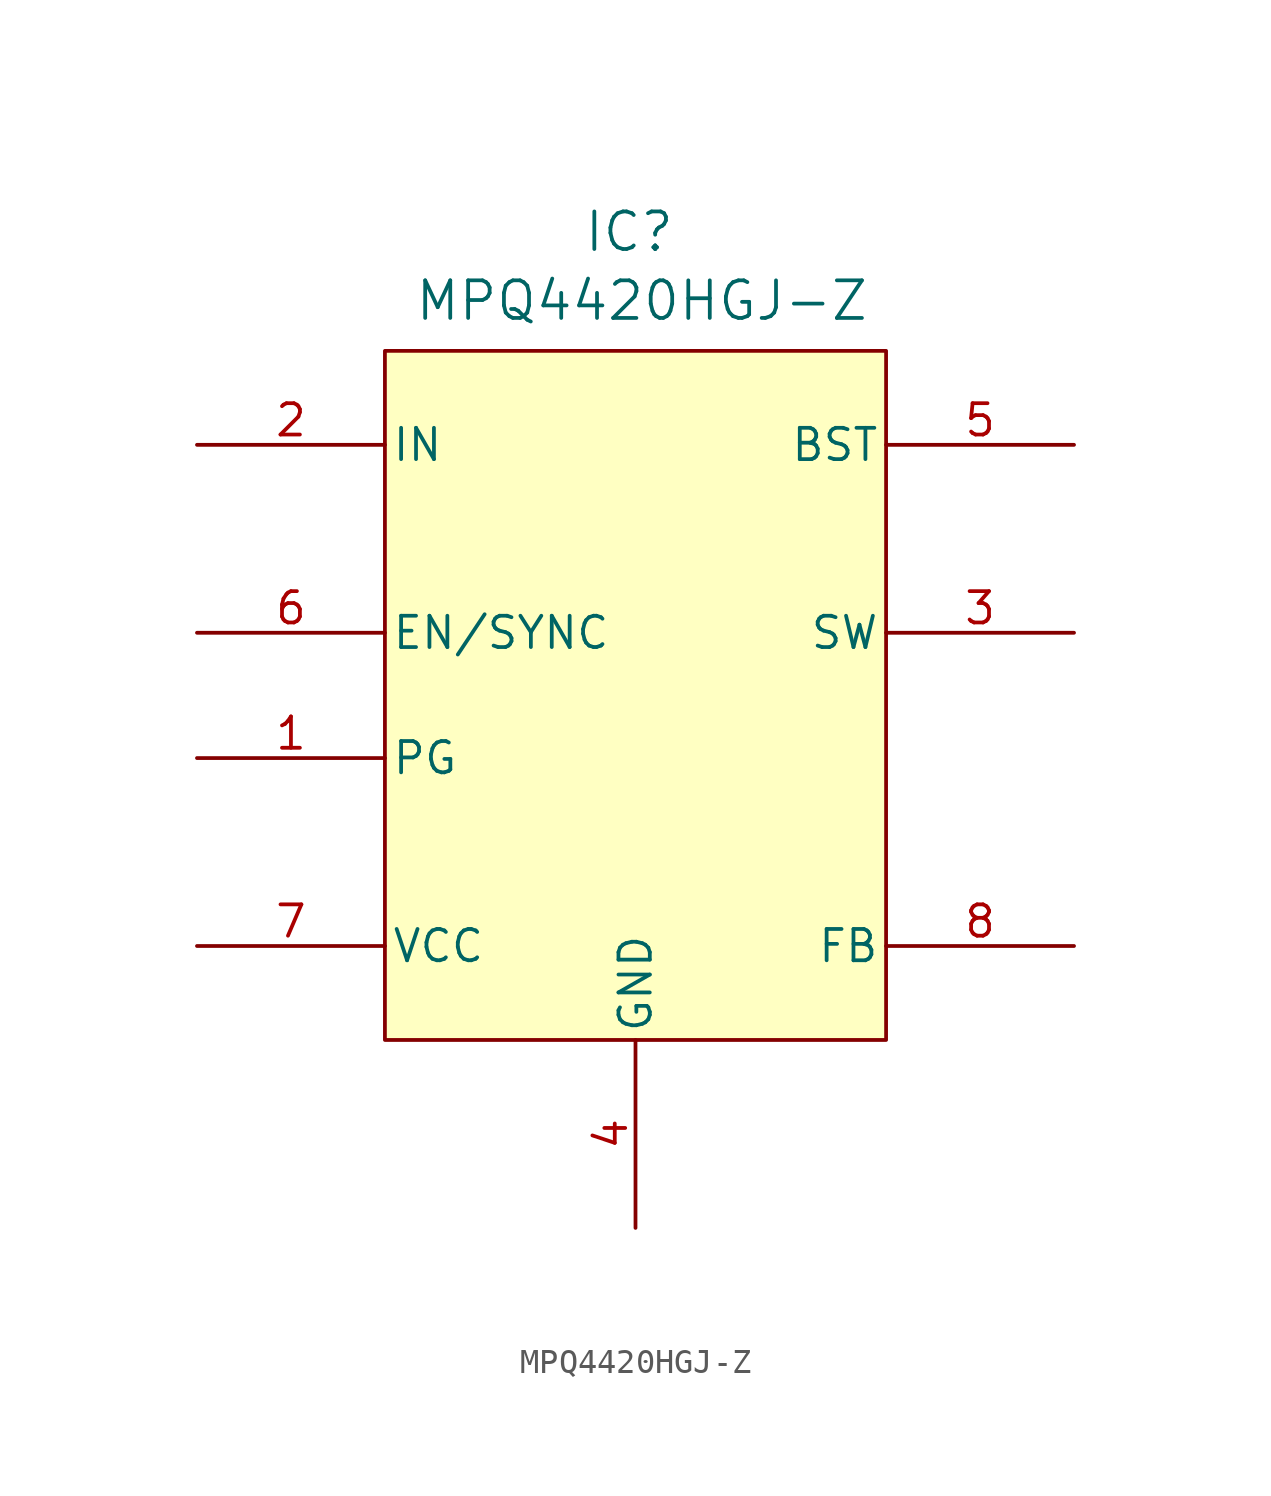
<source format=kicad_sym>
(kicad_symbol_lib
  (version 20241209)
  (generator "kicad_symbol_editor")
  (generator_version "9.0")
  (symbol "MPQ4420HGJ-Z"
    (pin_names
      (offset 0.254))
    (property "Reference" "IC"
      (at 17.526 9.906 0)
      (effects (font (size 1.524 1.524))))
    (property "Value" "MPQ4420HGJ-Z"
      (at 18.034 7.112 0)
      (effects (font (size 1.524 1.524))))
    (symbol "MPQ4420HGJ-Z_0_1"
      (pin power_in line (at 0 1.27 0) (length 7.62) (name "IN" (effects (font (size 1.27 1.27)))) (number "2" (effects (font (size 1.27 1.27)))))
      (pin input line (at 0 -6.35 0) (length 7.62) (name "EN/SYNC" (effects (font (size 1.27 1.27)))) (number "6" (effects (font (size 1.27 1.27)))))
      (pin output line (at 0 -11.43 0) (length 7.62) (name "PG" (effects (font (size 1.27 1.27)))) (number "1" (effects (font (size 1.27 1.27)))))
      (pin power_in line (at 0 -19.05 0) (length 7.62) (name "VCC" (effects (font (size 1.27 1.27)))) (number "7" (effects (font (size 1.27 1.27)))))
      (pin power_in line (at 17.78 -30.48 90) (length 7.62) (name "GND" (effects (font (size 1.27 1.27)))) (number "4" (effects (font (size 1.27 1.27)))))
      (pin power_in line (at 35.56 1.27 180) (length 7.62) (name "BST" (effects (font (size 1.27 1.27)))) (number "5" (effects (font (size 1.27 1.27)))))
      (pin output line (at 35.56 -6.35 180) (length 7.62) (name "SW" (effects (font (size 1.27 1.27)))) (number "3" (effects (font (size 1.27 1.27)))))
      (pin unspecified line (at 35.56 -19.05 180) (length 7.62) (name "FB" (effects (font (size 1.27 1.27)))) (number "8" (effects (font (size 1.27 1.27))))))
    (symbol "MPQ4420HGJ-Z_1_1"
      (rectangle (start 7.62 5.08) (end 27.94 -22.86) (stroke (width 0) (type solid)) (fill (type background))))))
</source>
